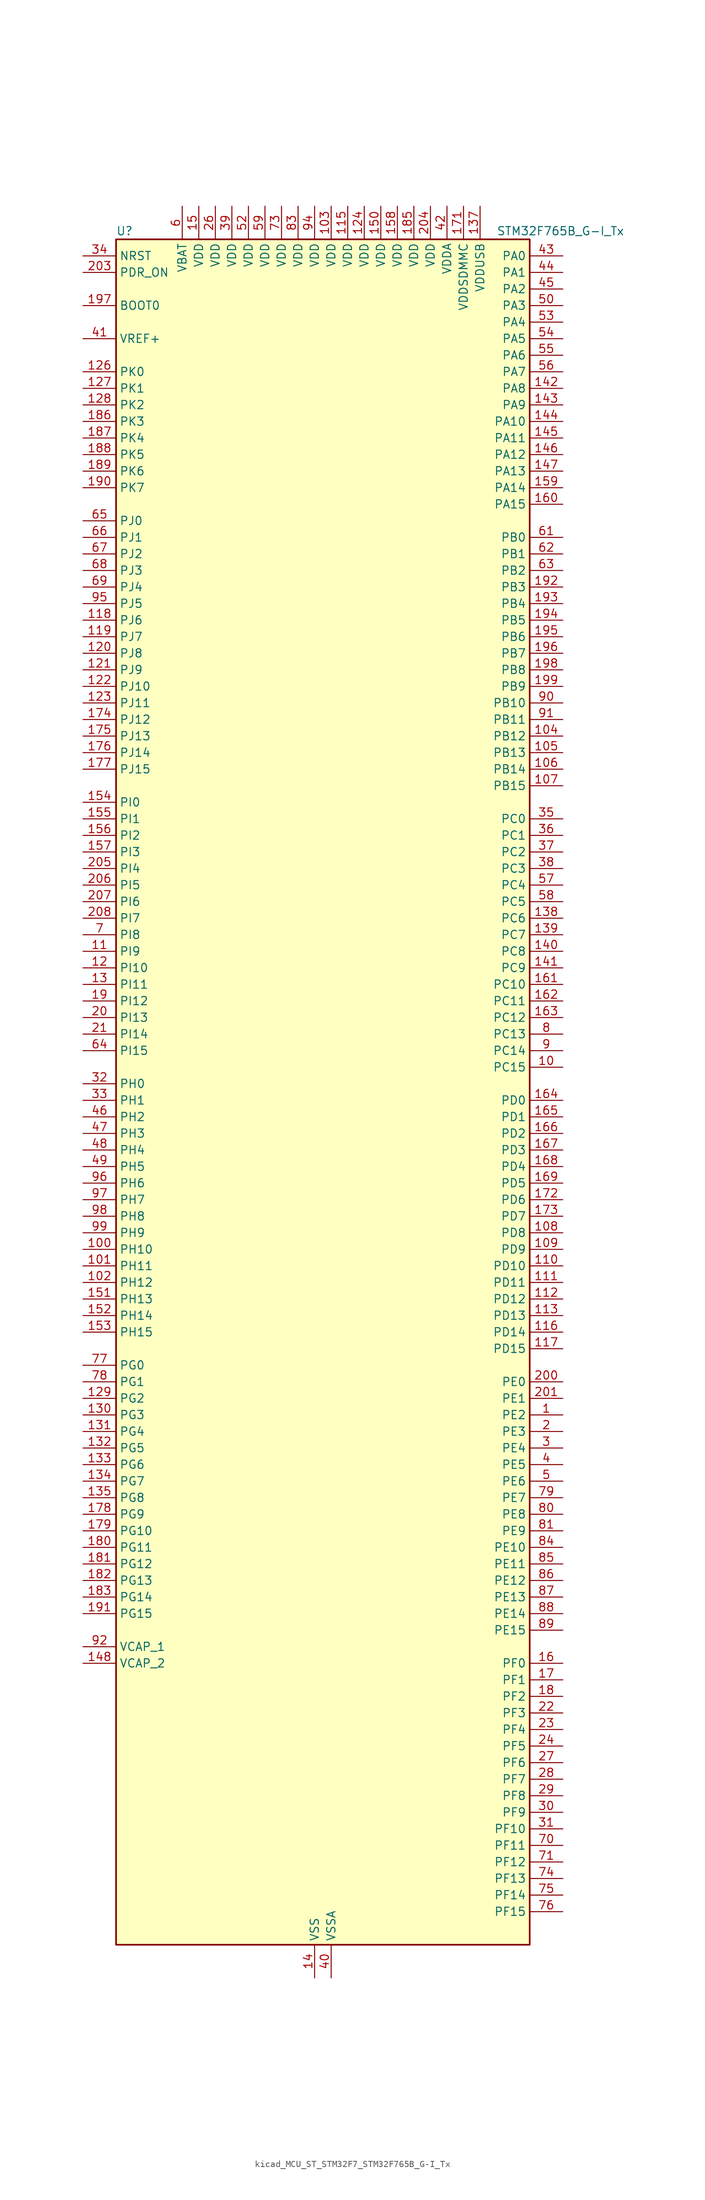
<source format=kicad_sym>
(kicad_symbol_lib
  (version 20220914)
  (generator kicad_symbol_editor)
  (symbol "kicad_MCU_ST_STM32F7_STM32F765B_G-I_Tx"
    (property "Reference" "U"
      (at -30.48 133.35 0)
      (effects (font (size 1.27 1.27)) (justify left)))
    (property "Value" "STM32F765B_G-I_Tx"
      (at 27.94 133.35 0)
      (effects (font (size 1.27 1.27)) (justify left)))
    (property "ki_locked" ""
      (at 0 0 0)
      (effects (font (size 1.27 1.27))))
    (symbol "kicad_MCU_ST_STM32F7_STM32F765B_G-I_Tx_0_1"
      (rectangle (start -30.48 -129.54) (end 33.02 132.08) (stroke (width 0.254) (type default)) (fill (type background))))
    (symbol "kicad_MCU_ST_STM32F7_STM32F765B_G-I_Tx_1_1"
      (pin bidirectional line (at 38.1 -48.26 180) (length 5.08) (name "PE2" (effects (font (size 1.27 1.27)))) (number "1" (effects (font (size 1.27 1.27)))) (alternate "ETH_TXD3" bidirectional line) (alternate "FMC_A23" bidirectional line) (alternate "QUADSPI_BK1_IO2" bidirectional line) (alternate "SAI1_MCLK_A" bidirectional line) (alternate "SPI4_SCK" bidirectional line) (alternate "SYS_TRACECLK" bidirectional line))
      (pin bidirectional line (at 38.1 5.08 180) (length 5.08) (name "PC15" (effects (font (size 1.27 1.27)))) (number "10" (effects (font (size 1.27 1.27)))) (alternate "RCC_OSC32_OUT" bidirectional line))
      (pin bidirectional line (at -35.56 -22.86 0) (length 5.08) (name "PH10" (effects (font (size 1.27 1.27)))) (number "100" (effects (font (size 1.27 1.27)))) (alternate "DCMI_D1" bidirectional line) (alternate "FMC_D18" bidirectional line) (alternate "I2C4_SMBA" bidirectional line) (alternate "TIM5_CH1" bidirectional line))
      (pin bidirectional line (at -35.56 -25.4 0) (length 5.08) (name "PH11" (effects (font (size 1.27 1.27)))) (number "101" (effects (font (size 1.27 1.27)))) (alternate "ADC1_EXTI11" bidirectional line) (alternate "ADC2_EXTI11" bidirectional line) (alternate "ADC3_EXTI11" bidirectional line) (alternate "DCMI_D2" bidirectional line) (alternate "FMC_D19" bidirectional line) (alternate "I2C4_SCL" bidirectional line) (alternate "TIM5_CH2" bidirectional line))
      (pin bidirectional line (at -35.56 -27.94 0) (length 5.08) (name "PH12" (effects (font (size 1.27 1.27)))) (number "102" (effects (font (size 1.27 1.27)))) (alternate "DCMI_D3" bidirectional line) (alternate "FMC_D20" bidirectional line) (alternate "I2C4_SDA" bidirectional line) (alternate "TIM5_CH3" bidirectional line))
      (pin power_in line (at 2.54 137.16 270) (length 5.08) (name "VDD" (effects (font (size 1.27 1.27)))) (number "103" (effects (font (size 1.27 1.27)))))
      (pin bidirectional line (at 38.1 55.88 180) (length 5.08) (name "PB12" (effects (font (size 1.27 1.27)))) (number "104" (effects (font (size 1.27 1.27)))) (alternate "CAN2_RX" bidirectional line) (alternate "DFSDM1_DATIN1" bidirectional line) (alternate "ETH_TXD0" bidirectional line) (alternate "I2C2_SMBA" bidirectional line) (alternate "I2S2_WS" bidirectional line) (alternate "SPI2_NSS" bidirectional line) (alternate "TIM1_BKIN" bidirectional line) (alternate "UART5_RX" bidirectional line) (alternate "USART3_CK" bidirectional line) (alternate "USB_OTG_HS_ID" bidirectional line) (alternate "USB_OTG_HS_ULPI_D5" bidirectional line))
      (pin bidirectional line (at 38.1 53.34 180) (length 5.08) (name "PB13" (effects (font (size 1.27 1.27)))) (number "105" (effects (font (size 1.27 1.27)))) (alternate "CAN2_TX" bidirectional line) (alternate "DFSDM1_CKIN1" bidirectional line) (alternate "ETH_TXD1" bidirectional line) (alternate "I2S2_CK" bidirectional line) (alternate "SPI2_SCK" bidirectional line) (alternate "TIM1_CH1N" bidirectional line) (alternate "UART5_TX" bidirectional line) (alternate "USART3_CTS" bidirectional line) (alternate "USB_OTG_HS_ULPI_D6" bidirectional line) (alternate "USB_OTG_HS_VBUS" bidirectional line))
      (pin bidirectional line (at 38.1 50.8 180) (length 5.08) (name "PB14" (effects (font (size 1.27 1.27)))) (number "106" (effects (font (size 1.27 1.27)))) (alternate "DFSDM1_DATIN2" bidirectional line) (alternate "SDMMC2_D0" bidirectional line) (alternate "SPI2_MISO" bidirectional line) (alternate "TIM12_CH1" bidirectional line) (alternate "TIM1_CH2N" bidirectional line) (alternate "TIM8_CH2N" bidirectional line) (alternate "UART4_DE" bidirectional line) (alternate "UART4_RTS" bidirectional line) (alternate "USART1_TX" bidirectional line) (alternate "USART3_DE" bidirectional line) (alternate "USART3_RTS" bidirectional line) (alternate "USB_OTG_HS_DM" bidirectional line))
      (pin bidirectional line (at 38.1 48.26 180) (length 5.08) (name "PB15" (effects (font (size 1.27 1.27)))) (number "107" (effects (font (size 1.27 1.27)))) (alternate "DFSDM1_CKIN2" bidirectional line) (alternate "I2S2_SD" bidirectional line) (alternate "RTC_REFIN" bidirectional line) (alternate "SDMMC2_D1" bidirectional line) (alternate "SPI2_MOSI" bidirectional line) (alternate "TIM12_CH2" bidirectional line) (alternate "TIM1_CH3N" bidirectional line) (alternate "TIM8_CH3N" bidirectional line) (alternate "UART4_CTS" bidirectional line) (alternate "USART1_RX" bidirectional line) (alternate "USB_OTG_HS_DP" bidirectional line))
      (pin bidirectional line (at 38.1 -20.32 180) (length 5.08) (name "PD8" (effects (font (size 1.27 1.27)))) (number "108" (effects (font (size 1.27 1.27)))) (alternate "DFSDM1_CKIN3" bidirectional line) (alternate "FMC_D13" bidirectional line) (alternate "FMC_DA13" bidirectional line) (alternate "SPDIFRX_IN1" bidirectional line) (alternate "USART3_TX" bidirectional line))
      (pin bidirectional line (at 38.1 -22.86 180) (length 5.08) (name "PD9" (effects (font (size 1.27 1.27)))) (number "109" (effects (font (size 1.27 1.27)))) (alternate "DAC_EXTI9" bidirectional line) (alternate "DFSDM1_DATIN3" bidirectional line) (alternate "FMC_D14" bidirectional line) (alternate "FMC_DA14" bidirectional line) (alternate "USART3_RX" bidirectional line))
      (pin bidirectional line (at -35.56 22.86 0) (length 5.08) (name "PI9" (effects (font (size 1.27 1.27)))) (number "11" (effects (font (size 1.27 1.27)))) (alternate "CAN1_RX" bidirectional line) (alternate "DAC_EXTI9" bidirectional line) (alternate "FMC_D30" bidirectional line) (alternate "UART4_RX" bidirectional line))
      (pin bidirectional line (at 38.1 -25.4 180) (length 5.08) (name "PD10" (effects (font (size 1.27 1.27)))) (number "110" (effects (font (size 1.27 1.27)))) (alternate "DFSDM1_CKOUT" bidirectional line) (alternate "FMC_D15" bidirectional line) (alternate "FMC_DA15" bidirectional line) (alternate "USART3_CK" bidirectional line))
      (pin bidirectional line (at 38.1 -27.94 180) (length 5.08) (name "PD11" (effects (font (size 1.27 1.27)))) (number "111" (effects (font (size 1.27 1.27)))) (alternate "ADC1_EXTI11" bidirectional line) (alternate "ADC2_EXTI11" bidirectional line) (alternate "ADC3_EXTI11" bidirectional line) (alternate "FMC_A16" bidirectional line) (alternate "FMC_CLE" bidirectional line) (alternate "I2C4_SMBA" bidirectional line) (alternate "QUADSPI_BK1_IO0" bidirectional line) (alternate "SAI2_SD_A" bidirectional line) (alternate "USART3_CTS" bidirectional line))
      (pin bidirectional line (at 38.1 -30.48 180) (length 5.08) (name "PD12" (effects (font (size 1.27 1.27)))) (number "112" (effects (font (size 1.27 1.27)))) (alternate "FMC_A17" bidirectional line) (alternate "FMC_ALE" bidirectional line) (alternate "I2C4_SCL" bidirectional line) (alternate "LPTIM1_IN1" bidirectional line) (alternate "QUADSPI_BK1_IO1" bidirectional line) (alternate "SAI2_FS_A" bidirectional line) (alternate "TIM4_CH1" bidirectional line) (alternate "USART3_DE" bidirectional line) (alternate "USART3_RTS" bidirectional line))
      (pin bidirectional line (at 38.1 -33.02 180) (length 5.08) (name "PD13" (effects (font (size 1.27 1.27)))) (number "113" (effects (font (size 1.27 1.27)))) (alternate "FMC_A18" bidirectional line) (alternate "I2C4_SDA" bidirectional line) (alternate "LPTIM1_OUT" bidirectional line) (alternate "QUADSPI_BK1_IO3" bidirectional line) (alternate "SAI2_SCK_A" bidirectional line) (alternate "TIM4_CH2" bidirectional line))
      (pin passive line (at 0 -134.62 90) (length 5.08) hide (name "VSS" (effects (font (size 1.27 1.27)))) (number "114" (effects (font (size 1.27 1.27)))))
      (pin power_in line (at 5.08 137.16 270) (length 5.08) (name "VDD" (effects (font (size 1.27 1.27)))) (number "115" (effects (font (size 1.27 1.27)))))
      (pin bidirectional line (at 38.1 -35.56 180) (length 5.08) (name "PD14" (effects (font (size 1.27 1.27)))) (number "116" (effects (font (size 1.27 1.27)))) (alternate "FMC_D0" bidirectional line) (alternate "FMC_DA0" bidirectional line) (alternate "TIM4_CH3" bidirectional line) (alternate "UART8_CTS" bidirectional line))
      (pin bidirectional line (at 38.1 -38.1 180) (length 5.08) (name "PD15" (effects (font (size 1.27 1.27)))) (number "117" (effects (font (size 1.27 1.27)))) (alternate "FMC_D1" bidirectional line) (alternate "FMC_DA1" bidirectional line) (alternate "TIM4_CH4" bidirectional line) (alternate "UART8_DE" bidirectional line) (alternate "UART8_RTS" bidirectional line))
      (pin bidirectional line (at -35.56 73.66 0) (length 5.08) (name "PJ6" (effects (font (size 1.27 1.27)))) (number "118" (effects (font (size 1.27 1.27)))))
      (pin bidirectional line (at -35.56 71.12 0) (length 5.08) (name "PJ7" (effects (font (size 1.27 1.27)))) (number "119" (effects (font (size 1.27 1.27)))))
      (pin bidirectional line (at -35.56 20.32 0) (length 5.08) (name "PI10" (effects (font (size 1.27 1.27)))) (number "12" (effects (font (size 1.27 1.27)))) (alternate "ETH_RX_ER" bidirectional line) (alternate "FMC_D31" bidirectional line))
      (pin bidirectional line (at -35.56 68.58 0) (length 5.08) (name "PJ8" (effects (font (size 1.27 1.27)))) (number "120" (effects (font (size 1.27 1.27)))))
      (pin bidirectional line (at -35.56 66.04 0) (length 5.08) (name "PJ9" (effects (font (size 1.27 1.27)))) (number "121" (effects (font (size 1.27 1.27)))) (alternate "DAC_EXTI9" bidirectional line))
      (pin bidirectional line (at -35.56 63.5 0) (length 5.08) (name "PJ10" (effects (font (size 1.27 1.27)))) (number "122" (effects (font (size 1.27 1.27)))))
      (pin bidirectional line (at -35.56 60.96 0) (length 5.08) (name "PJ11" (effects (font (size 1.27 1.27)))) (number "123" (effects (font (size 1.27 1.27)))) (alternate "ADC1_EXTI11" bidirectional line) (alternate "ADC2_EXTI11" bidirectional line) (alternate "ADC3_EXTI11" bidirectional line))
      (pin power_in line (at 7.62 137.16 270) (length 5.08) (name "VDD" (effects (font (size 1.27 1.27)))) (number "124" (effects (font (size 1.27 1.27)))))
      (pin passive line (at 0 -134.62 90) (length 5.08) hide (name "VSS" (effects (font (size 1.27 1.27)))) (number "125" (effects (font (size 1.27 1.27)))))
      (pin bidirectional line (at -35.56 111.76 0) (length 5.08) (name "PK0" (effects (font (size 1.27 1.27)))) (number "126" (effects (font (size 1.27 1.27)))))
      (pin bidirectional line (at -35.56 109.22 0) (length 5.08) (name "PK1" (effects (font (size 1.27 1.27)))) (number "127" (effects (font (size 1.27 1.27)))))
      (pin bidirectional line (at -35.56 106.68 0) (length 5.08) (name "PK2" (effects (font (size 1.27 1.27)))) (number "128" (effects (font (size 1.27 1.27)))))
      (pin bidirectional line (at -35.56 -45.72 0) (length 5.08) (name "PG2" (effects (font (size 1.27 1.27)))) (number "129" (effects (font (size 1.27 1.27)))) (alternate "FMC_A12" bidirectional line))
      (pin bidirectional line (at -35.56 17.78 0) (length 5.08) (name "PI11" (effects (font (size 1.27 1.27)))) (number "13" (effects (font (size 1.27 1.27)))) (alternate "ADC1_EXTI11" bidirectional line) (alternate "ADC2_EXTI11" bidirectional line) (alternate "ADC3_EXTI11" bidirectional line) (alternate "SYS_WKUP6" bidirectional line) (alternate "USB_OTG_HS_ULPI_DIR" bidirectional line))
      (pin bidirectional line (at -35.56 -48.26 0) (length 5.08) (name "PG3" (effects (font (size 1.27 1.27)))) (number "130" (effects (font (size 1.27 1.27)))) (alternate "FMC_A13" bidirectional line))
      (pin bidirectional line (at -35.56 -50.8 0) (length 5.08) (name "PG4" (effects (font (size 1.27 1.27)))) (number "131" (effects (font (size 1.27 1.27)))) (alternate "FMC_A14" bidirectional line) (alternate "FMC_BA0" bidirectional line))
      (pin bidirectional line (at -35.56 -53.34 0) (length 5.08) (name "PG5" (effects (font (size 1.27 1.27)))) (number "132" (effects (font (size 1.27 1.27)))) (alternate "FMC_A15" bidirectional line) (alternate "FMC_BA1" bidirectional line))
      (pin bidirectional line (at -35.56 -55.88 0) (length 5.08) (name "PG6" (effects (font (size 1.27 1.27)))) (number "133" (effects (font (size 1.27 1.27)))) (alternate "DCMI_D12" bidirectional line) (alternate "FMC_NE3" bidirectional line))
      (pin bidirectional line (at -35.56 -58.42 0) (length 5.08) (name "PG7" (effects (font (size 1.27 1.27)))) (number "134" (effects (font (size 1.27 1.27)))) (alternate "DCMI_D13" bidirectional line) (alternate "FMC_INT" bidirectional line) (alternate "SAI1_MCLK_A" bidirectional line) (alternate "USART6_CK" bidirectional line))
      (pin bidirectional line (at -35.56 -60.96 0) (length 5.08) (name "PG8" (effects (font (size 1.27 1.27)))) (number "135" (effects (font (size 1.27 1.27)))) (alternate "ETH_PPS_OUT" bidirectional line) (alternate "FMC_SDCLK" bidirectional line) (alternate "SPDIFRX_IN2" bidirectional line) (alternate "SPI6_NSS" bidirectional line) (alternate "USART6_DE" bidirectional line) (alternate "USART6_RTS" bidirectional line))
      (pin passive line (at 0 -134.62 90) (length 5.08) hide (name "VSS" (effects (font (size 1.27 1.27)))) (number "136" (effects (font (size 1.27 1.27)))))
      (pin power_in line (at 25.4 137.16 270) (length 5.08) (name "VDDUSB" (effects (font (size 1.27 1.27)))) (number "137" (effects (font (size 1.27 1.27)))))
      (pin bidirectional line (at 38.1 27.94 180) (length 5.08) (name "PC6" (effects (font (size 1.27 1.27)))) (number "138" (effects (font (size 1.27 1.27)))) (alternate "DCMI_D0" bidirectional line) (alternate "DFSDM1_CKIN3" bidirectional line) (alternate "FMC_NWAIT" bidirectional line) (alternate "I2S2_MCK" bidirectional line) (alternate "SDMMC1_D6" bidirectional line) (alternate "SDMMC2_D6" bidirectional line) (alternate "TIM3_CH1" bidirectional line) (alternate "TIM8_CH1" bidirectional line) (alternate "USART6_TX" bidirectional line))
      (pin bidirectional line (at 38.1 25.4 180) (length 5.08) (name "PC7" (effects (font (size 1.27 1.27)))) (number "139" (effects (font (size 1.27 1.27)))) (alternate "DCMI_D1" bidirectional line) (alternate "DFSDM1_DATIN3" bidirectional line) (alternate "FMC_NE1" bidirectional line) (alternate "I2S3_MCK" bidirectional line) (alternate "SDMMC1_D7" bidirectional line) (alternate "SDMMC2_D7" bidirectional line) (alternate "TIM3_CH2" bidirectional line) (alternate "TIM8_CH2" bidirectional line) (alternate "USART6_RX" bidirectional line))
      (pin power_in line (at 0 -134.62 90) (length 5.08) (name "VSS" (effects (font (size 1.27 1.27)))) (number "14" (effects (font (size 1.27 1.27)))))
      (pin bidirectional line (at 38.1 22.86 180) (length 5.08) (name "PC8" (effects (font (size 1.27 1.27)))) (number "140" (effects (font (size 1.27 1.27)))) (alternate "DCMI_D2" bidirectional line) (alternate "FMC_NCE" bidirectional line) (alternate "FMC_NE2" bidirectional line) (alternate "SDMMC1_D0" bidirectional line) (alternate "SYS_TRACED1" bidirectional line) (alternate "TIM3_CH3" bidirectional line) (alternate "TIM8_CH3" bidirectional line) (alternate "UART5_DE" bidirectional line) (alternate "UART5_RTS" bidirectional line) (alternate "USART6_CK" bidirectional line))
      (pin bidirectional line (at 38.1 20.32 180) (length 5.08) (name "PC9" (effects (font (size 1.27 1.27)))) (number "141" (effects (font (size 1.27 1.27)))) (alternate "DAC_EXTI9" bidirectional line) (alternate "DCMI_D3" bidirectional line) (alternate "I2C3_SDA" bidirectional line) (alternate "I2S_CKIN" bidirectional line) (alternate "QUADSPI_BK1_IO0" bidirectional line) (alternate "RCC_MCO_2" bidirectional line) (alternate "SDMMC1_D1" bidirectional line) (alternate "TIM3_CH4" bidirectional line) (alternate "TIM8_CH4" bidirectional line) (alternate "UART5_CTS" bidirectional line))
      (pin bidirectional line (at 38.1 109.22 180) (length 5.08) (name "PA8" (effects (font (size 1.27 1.27)))) (number "142" (effects (font (size 1.27 1.27)))) (alternate "CAN3_RX" bidirectional line) (alternate "I2C3_SCL" bidirectional line) (alternate "RCC_MCO_1" bidirectional line) (alternate "TIM1_CH1" bidirectional line) (alternate "TIM8_BKIN2" bidirectional line) (alternate "UART7_RX" bidirectional line) (alternate "USART1_CK" bidirectional line) (alternate "USB_OTG_FS_SOF" bidirectional line))
      (pin bidirectional line (at 38.1 106.68 180) (length 5.08) (name "PA9" (effects (font (size 1.27 1.27)))) (number "143" (effects (font (size 1.27 1.27)))) (alternate "DAC_EXTI9" bidirectional line) (alternate "DCMI_D0" bidirectional line) (alternate "I2C3_SMBA" bidirectional line) (alternate "I2S2_CK" bidirectional line) (alternate "SPI2_SCK" bidirectional line) (alternate "TIM1_CH2" bidirectional line) (alternate "USART1_TX" bidirectional line) (alternate "USB_OTG_FS_VBUS" bidirectional line))
      (pin bidirectional line (at 38.1 104.14 180) (length 5.08) (name "PA10" (effects (font (size 1.27 1.27)))) (number "144" (effects (font (size 1.27 1.27)))) (alternate "DCMI_D1" bidirectional line) (alternate "MDIOS_MDIO" bidirectional line) (alternate "TIM1_CH3" bidirectional line) (alternate "USART1_RX" bidirectional line) (alternate "USB_OTG_FS_ID" bidirectional line))
      (pin bidirectional line (at 38.1 101.6 180) (length 5.08) (name "PA11" (effects (font (size 1.27 1.27)))) (number "145" (effects (font (size 1.27 1.27)))) (alternate "ADC1_EXTI11" bidirectional line) (alternate "ADC2_EXTI11" bidirectional line) (alternate "ADC3_EXTI11" bidirectional line) (alternate "CAN1_RX" bidirectional line) (alternate "I2S2_WS" bidirectional line) (alternate "SPI2_NSS" bidirectional line) (alternate "TIM1_CH4" bidirectional line) (alternate "UART4_RX" bidirectional line) (alternate "USART1_CTS" bidirectional line) (alternate "USB_OTG_FS_DM" bidirectional line))
      (pin bidirectional line (at 38.1 99.06 180) (length 5.08) (name "PA12" (effects (font (size 1.27 1.27)))) (number "146" (effects (font (size 1.27 1.27)))) (alternate "CAN1_TX" bidirectional line) (alternate "I2S2_CK" bidirectional line) (alternate "SAI2_FS_B" bidirectional line) (alternate "SPI2_SCK" bidirectional line) (alternate "TIM1_ETR" bidirectional line) (alternate "UART4_TX" bidirectional line) (alternate "USART1_DE" bidirectional line) (alternate "USART1_RTS" bidirectional line) (alternate "USB_OTG_FS_DP" bidirectional line))
      (pin bidirectional line (at 38.1 96.52 180) (length 5.08) (name "PA13" (effects (font (size 1.27 1.27)))) (number "147" (effects (font (size 1.27 1.27)))) (alternate "SYS_JTMS-SWDIO" bidirectional line))
      (pin power_out line (at -35.56 -86.36 0) (length 5.08) (name "VCAP_2" (effects (font (size 1.27 1.27)))) (number "148" (effects (font (size 1.27 1.27)))))
      (pin passive line (at 0 -134.62 90) (length 5.08) hide (name "VSS" (effects (font (size 1.27 1.27)))) (number "149" (effects (font (size 1.27 1.27)))))
      (pin power_in line (at -17.78 137.16 270) (length 5.08) (name "VDD" (effects (font (size 1.27 1.27)))) (number "15" (effects (font (size 1.27 1.27)))))
      (pin power_in line (at 10.16 137.16 270) (length 5.08) (name "VDD" (effects (font (size 1.27 1.27)))) (number "150" (effects (font (size 1.27 1.27)))))
      (pin bidirectional line (at -35.56 -30.48 0) (length 5.08) (name "PH13" (effects (font (size 1.27 1.27)))) (number "151" (effects (font (size 1.27 1.27)))) (alternate "CAN1_TX" bidirectional line) (alternate "FMC_D21" bidirectional line) (alternate "TIM8_CH1N" bidirectional line) (alternate "UART4_TX" bidirectional line))
      (pin bidirectional line (at -35.56 -33.02 0) (length 5.08) (name "PH14" (effects (font (size 1.27 1.27)))) (number "152" (effects (font (size 1.27 1.27)))) (alternate "CAN1_RX" bidirectional line) (alternate "DCMI_D4" bidirectional line) (alternate "FMC_D22" bidirectional line) (alternate "TIM8_CH2N" bidirectional line) (alternate "UART4_RX" bidirectional line))
      (pin bidirectional line (at -35.56 -35.56 0) (length 5.08) (name "PH15" (effects (font (size 1.27 1.27)))) (number "153" (effects (font (size 1.27 1.27)))) (alternate "DCMI_D11" bidirectional line) (alternate "FMC_D23" bidirectional line) (alternate "TIM8_CH3N" bidirectional line))
      (pin bidirectional line (at -35.56 45.72 0) (length 5.08) (name "PI0" (effects (font (size 1.27 1.27)))) (number "154" (effects (font (size 1.27 1.27)))) (alternate "DCMI_D13" bidirectional line) (alternate "FMC_D24" bidirectional line) (alternate "I2S2_WS" bidirectional line) (alternate "SPI2_NSS" bidirectional line) (alternate "TIM5_CH4" bidirectional line))
      (pin bidirectional line (at -35.56 43.18 0) (length 5.08) (name "PI1" (effects (font (size 1.27 1.27)))) (number "155" (effects (font (size 1.27 1.27)))) (alternate "DCMI_D8" bidirectional line) (alternate "FMC_D25" bidirectional line) (alternate "I2S2_CK" bidirectional line) (alternate "SPI2_SCK" bidirectional line) (alternate "TIM8_BKIN2" bidirectional line))
      (pin bidirectional line (at -35.56 40.64 0) (length 5.08) (name "PI2" (effects (font (size 1.27 1.27)))) (number "156" (effects (font (size 1.27 1.27)))) (alternate "DCMI_D9" bidirectional line) (alternate "FMC_D26" bidirectional line) (alternate "SPI2_MISO" bidirectional line) (alternate "TIM8_CH4" bidirectional line))
      (pin bidirectional line (at -35.56 38.1 0) (length 5.08) (name "PI3" (effects (font (size 1.27 1.27)))) (number "157" (effects (font (size 1.27 1.27)))) (alternate "DCMI_D10" bidirectional line) (alternate "FMC_D27" bidirectional line) (alternate "I2S2_SD" bidirectional line) (alternate "SPI2_MOSI" bidirectional line) (alternate "TIM8_ETR" bidirectional line))
      (pin power_in line (at 12.7 137.16 270) (length 5.08) (name "VDD" (effects (font (size 1.27 1.27)))) (number "158" (effects (font (size 1.27 1.27)))))
      (pin bidirectional line (at 38.1 93.98 180) (length 5.08) (name "PA14" (effects (font (size 1.27 1.27)))) (number "159" (effects (font (size 1.27 1.27)))) (alternate "SYS_JTCK-SWCLK" bidirectional line))
      (pin bidirectional line (at 38.1 -86.36 180) (length 5.08) (name "PF0" (effects (font (size 1.27 1.27)))) (number "16" (effects (font (size 1.27 1.27)))) (alternate "FMC_A0" bidirectional line) (alternate "I2C2_SDA" bidirectional line))
      (pin bidirectional line (at 38.1 91.44 180) (length 5.08) (name "PA15" (effects (font (size 1.27 1.27)))) (number "160" (effects (font (size 1.27 1.27)))) (alternate "CAN3_TX" bidirectional line) (alternate "CEC" bidirectional line) (alternate "I2S1_WS" bidirectional line) (alternate "I2S3_WS" bidirectional line) (alternate "SPI1_NSS" bidirectional line) (alternate "SPI3_NSS" bidirectional line) (alternate "SPI6_NSS" bidirectional line) (alternate "SYS_JTDI" bidirectional line) (alternate "TIM2_CH1" bidirectional line) (alternate "TIM2_ETR" bidirectional line) (alternate "UART4_DE" bidirectional line) (alternate "UART4_RTS" bidirectional line) (alternate "UART7_TX" bidirectional line))
      (pin bidirectional line (at 38.1 17.78 180) (length 5.08) (name "PC10" (effects (font (size 1.27 1.27)))) (number "161" (effects (font (size 1.27 1.27)))) (alternate "DCMI_D8" bidirectional line) (alternate "DFSDM1_CKIN5" bidirectional line) (alternate "I2S3_CK" bidirectional line) (alternate "QUADSPI_BK1_IO1" bidirectional line) (alternate "SDMMC1_D2" bidirectional line) (alternate "SPI3_SCK" bidirectional line) (alternate "UART4_TX" bidirectional line) (alternate "USART3_TX" bidirectional line))
      (pin bidirectional line (at 38.1 15.24 180) (length 5.08) (name "PC11" (effects (font (size 1.27 1.27)))) (number "162" (effects (font (size 1.27 1.27)))) (alternate "ADC1_EXTI11" bidirectional line) (alternate "ADC2_EXTI11" bidirectional line) (alternate "ADC3_EXTI11" bidirectional line) (alternate "DCMI_D4" bidirectional line) (alternate "DFSDM1_DATIN5" bidirectional line) (alternate "QUADSPI_BK2_NCS" bidirectional line) (alternate "SDMMC1_D3" bidirectional line) (alternate "SPI3_MISO" bidirectional line) (alternate "UART4_RX" bidirectional line) (alternate "USART3_RX" bidirectional line))
      (pin bidirectional line (at 38.1 12.7 180) (length 5.08) (name "PC12" (effects (font (size 1.27 1.27)))) (number "163" (effects (font (size 1.27 1.27)))) (alternate "DCMI_D9" bidirectional line) (alternate "I2S3_SD" bidirectional line) (alternate "SDMMC1_CK" bidirectional line) (alternate "SPI3_MOSI" bidirectional line) (alternate "SYS_TRACED3" bidirectional line) (alternate "UART5_TX" bidirectional line) (alternate "USART3_CK" bidirectional line))
      (pin bidirectional line (at 38.1 0 180) (length 5.08) (name "PD0" (effects (font (size 1.27 1.27)))) (number "164" (effects (font (size 1.27 1.27)))) (alternate "CAN1_RX" bidirectional line) (alternate "DFSDM1_CKIN6" bidirectional line) (alternate "DFSDM1_DATIN7" bidirectional line) (alternate "FMC_D2" bidirectional line) (alternate "FMC_DA2" bidirectional line) (alternate "UART4_RX" bidirectional line))
      (pin bidirectional line (at 38.1 -2.54 180) (length 5.08) (name "PD1" (effects (font (size 1.27 1.27)))) (number "165" (effects (font (size 1.27 1.27)))) (alternate "CAN1_TX" bidirectional line) (alternate "DFSDM1_CKIN7" bidirectional line) (alternate "DFSDM1_DATIN6" bidirectional line) (alternate "FMC_D3" bidirectional line) (alternate "FMC_DA3" bidirectional line) (alternate "UART4_TX" bidirectional line))
      (pin bidirectional line (at 38.1 -5.08 180) (length 5.08) (name "PD2" (effects (font (size 1.27 1.27)))) (number "166" (effects (font (size 1.27 1.27)))) (alternate "DCMI_D11" bidirectional line) (alternate "SDMMC1_CMD" bidirectional line) (alternate "SYS_TRACED2" bidirectional line) (alternate "TIM3_ETR" bidirectional line) (alternate "UART5_RX" bidirectional line))
      (pin bidirectional line (at 38.1 -7.62 180) (length 5.08) (name "PD3" (effects (font (size 1.27 1.27)))) (number "167" (effects (font (size 1.27 1.27)))) (alternate "DCMI_D5" bidirectional line) (alternate "DFSDM1_CKOUT" bidirectional line) (alternate "DFSDM1_DATIN0" bidirectional line) (alternate "FMC_CLK" bidirectional line) (alternate "I2S2_CK" bidirectional line) (alternate "SPI2_SCK" bidirectional line) (alternate "USART2_CTS" bidirectional line))
      (pin bidirectional line (at 38.1 -10.16 180) (length 5.08) (name "PD4" (effects (font (size 1.27 1.27)))) (number "168" (effects (font (size 1.27 1.27)))) (alternate "DFSDM1_CKIN0" bidirectional line) (alternate "FMC_NOE" bidirectional line) (alternate "USART2_DE" bidirectional line) (alternate "USART2_RTS" bidirectional line))
      (pin bidirectional line (at 38.1 -12.7 180) (length 5.08) (name "PD5" (effects (font (size 1.27 1.27)))) (number "169" (effects (font (size 1.27 1.27)))) (alternate "FMC_NWE" bidirectional line) (alternate "USART2_TX" bidirectional line))
      (pin bidirectional line (at 38.1 -88.9 180) (length 5.08) (name "PF1" (effects (font (size 1.27 1.27)))) (number "17" (effects (font (size 1.27 1.27)))) (alternate "FMC_A1" bidirectional line) (alternate "I2C2_SCL" bidirectional line))
      (pin passive line (at 0 -134.62 90) (length 5.08) hide (name "VSS" (effects (font (size 1.27 1.27)))) (number "170" (effects (font (size 1.27 1.27)))))
      (pin power_in line (at 22.86 137.16 270) (length 5.08) (name "VDDSDMMC" (effects (font (size 1.27 1.27)))) (number "171" (effects (font (size 1.27 1.27)))))
      (pin bidirectional line (at 38.1 -15.24 180) (length 5.08) (name "PD6" (effects (font (size 1.27 1.27)))) (number "172" (effects (font (size 1.27 1.27)))) (alternate "DCMI_D10" bidirectional line) (alternate "DFSDM1_CKIN4" bidirectional line) (alternate "DFSDM1_DATIN1" bidirectional line) (alternate "FMC_NWAIT" bidirectional line) (alternate "I2S3_SD" bidirectional line) (alternate "SAI1_SD_A" bidirectional line) (alternate "SDMMC2_CK" bidirectional line) (alternate "SPI3_MOSI" bidirectional line) (alternate "USART2_RX" bidirectional line))
      (pin bidirectional line (at 38.1 -17.78 180) (length 5.08) (name "PD7" (effects (font (size 1.27 1.27)))) (number "173" (effects (font (size 1.27 1.27)))) (alternate "DFSDM1_CKIN1" bidirectional line) (alternate "DFSDM1_DATIN4" bidirectional line) (alternate "FMC_NE1" bidirectional line) (alternate "I2S1_SD" bidirectional line) (alternate "SDMMC2_CMD" bidirectional line) (alternate "SPDIFRX_IN0" bidirectional line) (alternate "SPI1_MOSI" bidirectional line) (alternate "USART2_CK" bidirectional line))
      (pin bidirectional line (at -35.56 58.42 0) (length 5.08) (name "PJ12" (effects (font (size 1.27 1.27)))) (number "174" (effects (font (size 1.27 1.27)))))
      (pin bidirectional line (at -35.56 55.88 0) (length 5.08) (name "PJ13" (effects (font (size 1.27 1.27)))) (number "175" (effects (font (size 1.27 1.27)))))
      (pin bidirectional line (at -35.56 53.34 0) (length 5.08) (name "PJ14" (effects (font (size 1.27 1.27)))) (number "176" (effects (font (size 1.27 1.27)))))
      (pin bidirectional line (at -35.56 50.8 0) (length 5.08) (name "PJ15" (effects (font (size 1.27 1.27)))) (number "177" (effects (font (size 1.27 1.27)))))
      (pin bidirectional line (at -35.56 -63.5 0) (length 5.08) (name "PG9" (effects (font (size 1.27 1.27)))) (number "178" (effects (font (size 1.27 1.27)))) (alternate "DAC_EXTI9" bidirectional line) (alternate "DCMI_VSYNC" bidirectional line) (alternate "FMC_NCE" bidirectional line) (alternate "FMC_NE2" bidirectional line) (alternate "QUADSPI_BK2_IO2" bidirectional line) (alternate "SAI2_FS_B" bidirectional line) (alternate "SDMMC2_D0" bidirectional line) (alternate "SPDIFRX_IN3" bidirectional line) (alternate "SPI1_MISO" bidirectional line) (alternate "USART6_RX" bidirectional line))
      (pin bidirectional line (at -35.56 -66.04 0) (length 5.08) (name "PG10" (effects (font (size 1.27 1.27)))) (number "179" (effects (font (size 1.27 1.27)))) (alternate "DCMI_D2" bidirectional line) (alternate "FMC_NE3" bidirectional line) (alternate "I2S1_WS" bidirectional line) (alternate "SAI2_SD_B" bidirectional line) (alternate "SDMMC2_D1" bidirectional line) (alternate "SPI1_NSS" bidirectional line))
      (pin bidirectional line (at 38.1 -91.44 180) (length 5.08) (name "PF2" (effects (font (size 1.27 1.27)))) (number "18" (effects (font (size 1.27 1.27)))) (alternate "FMC_A2" bidirectional line) (alternate "I2C2_SMBA" bidirectional line))
      (pin bidirectional line (at -35.56 -68.58 0) (length 5.08) (name "PG11" (effects (font (size 1.27 1.27)))) (number "180" (effects (font (size 1.27 1.27)))) (alternate "ADC1_EXTI11" bidirectional line) (alternate "ADC2_EXTI11" bidirectional line) (alternate "ADC3_EXTI11" bidirectional line) (alternate "DCMI_D3" bidirectional line) (alternate "ETH_TX_EN" bidirectional line) (alternate "I2S1_CK" bidirectional line) (alternate "SDMMC2_D2" bidirectional line) (alternate "SPDIFRX_IN0" bidirectional line) (alternate "SPI1_SCK" bidirectional line))
      (pin bidirectional line (at -35.56 -71.12 0) (length 5.08) (name "PG12" (effects (font (size 1.27 1.27)))) (number "181" (effects (font (size 1.27 1.27)))) (alternate "FMC_NE4" bidirectional line) (alternate "LPTIM1_IN1" bidirectional line) (alternate "SDMMC2_D3" bidirectional line) (alternate "SPDIFRX_IN1" bidirectional line) (alternate "SPI6_MISO" bidirectional line) (alternate "USART6_DE" bidirectional line) (alternate "USART6_RTS" bidirectional line))
      (pin bidirectional line (at -35.56 -73.66 0) (length 5.08) (name "PG13" (effects (font (size 1.27 1.27)))) (number "182" (effects (font (size 1.27 1.27)))) (alternate "ETH_TXD0" bidirectional line) (alternate "FMC_A24" bidirectional line) (alternate "LPTIM1_OUT" bidirectional line) (alternate "SPI6_SCK" bidirectional line) (alternate "SYS_TRACED0" bidirectional line) (alternate "USART6_CTS" bidirectional line))
      (pin bidirectional line (at -35.56 -76.2 0) (length 5.08) (name "PG14" (effects (font (size 1.27 1.27)))) (number "183" (effects (font (size 1.27 1.27)))) (alternate "ETH_TXD1" bidirectional line) (alternate "FMC_A25" bidirectional line) (alternate "LPTIM1_ETR" bidirectional line) (alternate "QUADSPI_BK2_IO3" bidirectional line) (alternate "SPI6_MOSI" bidirectional line) (alternate "SYS_TRACED1" bidirectional line) (alternate "USART6_TX" bidirectional line))
      (pin passive line (at 0 -134.62 90) (length 5.08) hide (name "VSS" (effects (font (size 1.27 1.27)))) (number "184" (effects (font (size 1.27 1.27)))))
      (pin power_in line (at 15.24 137.16 270) (length 5.08) (name "VDD" (effects (font (size 1.27 1.27)))) (number "185" (effects (font (size 1.27 1.27)))))
      (pin bidirectional line (at -35.56 104.14 0) (length 5.08) (name "PK3" (effects (font (size 1.27 1.27)))) (number "186" (effects (font (size 1.27 1.27)))))
      (pin bidirectional line (at -35.56 101.6 0) (length 5.08) (name "PK4" (effects (font (size 1.27 1.27)))) (number "187" (effects (font (size 1.27 1.27)))))
      (pin bidirectional line (at -35.56 99.06 0) (length 5.08) (name "PK5" (effects (font (size 1.27 1.27)))) (number "188" (effects (font (size 1.27 1.27)))))
      (pin bidirectional line (at -35.56 96.52 0) (length 5.08) (name "PK6" (effects (font (size 1.27 1.27)))) (number "189" (effects (font (size 1.27 1.27)))))
      (pin bidirectional line (at -35.56 15.24 0) (length 5.08) (name "PI12" (effects (font (size 1.27 1.27)))) (number "19" (effects (font (size 1.27 1.27)))))
      (pin bidirectional line (at -35.56 93.98 0) (length 5.08) (name "PK7" (effects (font (size 1.27 1.27)))) (number "190" (effects (font (size 1.27 1.27)))))
      (pin bidirectional line (at -35.56 -78.74 0) (length 5.08) (name "PG15" (effects (font (size 1.27 1.27)))) (number "191" (effects (font (size 1.27 1.27)))) (alternate "DCMI_D13" bidirectional line) (alternate "FMC_SDNCAS" bidirectional line) (alternate "USART6_CTS" bidirectional line))
      (pin bidirectional line (at 38.1 78.74 180) (length 5.08) (name "PB3" (effects (font (size 1.27 1.27)))) (number "192" (effects (font (size 1.27 1.27)))) (alternate "CAN3_RX" bidirectional line) (alternate "I2S1_CK" bidirectional line) (alternate "I2S3_CK" bidirectional line) (alternate "SDMMC2_D2" bidirectional line) (alternate "SPI1_SCK" bidirectional line) (alternate "SPI3_SCK" bidirectional line) (alternate "SPI6_SCK" bidirectional line) (alternate "SYS_JTDO-SWO" bidirectional line) (alternate "TIM2_CH2" bidirectional line) (alternate "UART7_RX" bidirectional line))
      (pin bidirectional line (at 38.1 76.2 180) (length 5.08) (name "PB4" (effects (font (size 1.27 1.27)))) (number "193" (effects (font (size 1.27 1.27)))) (alternate "CAN3_TX" bidirectional line) (alternate "I2S2_WS" bidirectional line) (alternate "SDMMC2_D3" bidirectional line) (alternate "SPI1_MISO" bidirectional line) (alternate "SPI2_NSS" bidirectional line) (alternate "SPI3_MISO" bidirectional line) (alternate "SPI6_MISO" bidirectional line) (alternate "SYS_JTRST" bidirectional line) (alternate "TIM3_CH1" bidirectional line) (alternate "UART7_TX" bidirectional line))
      (pin bidirectional line (at 38.1 73.66 180) (length 5.08) (name "PB5" (effects (font (size 1.27 1.27)))) (number "194" (effects (font (size 1.27 1.27)))) (alternate "CAN2_RX" bidirectional line) (alternate "DCMI_D10" bidirectional line) (alternate "ETH_PPS_OUT" bidirectional line) (alternate "FMC_SDCKE1" bidirectional line) (alternate "I2C1_SMBA" bidirectional line) (alternate "I2S1_SD" bidirectional line) (alternate "I2S3_SD" bidirectional line) (alternate "SPI1_MOSI" bidirectional line) (alternate "SPI3_MOSI" bidirectional line) (alternate "SPI6_MOSI" bidirectional line) (alternate "TIM3_CH2" bidirectional line) (alternate "UART5_RX" bidirectional line) (alternate "USB_OTG_HS_ULPI_D7" bidirectional line))
      (pin bidirectional line (at 38.1 71.12 180) (length 5.08) (name "PB6" (effects (font (size 1.27 1.27)))) (number "195" (effects (font (size 1.27 1.27)))) (alternate "CAN2_TX" bidirectional line) (alternate "CEC" bidirectional line) (alternate "DCMI_D5" bidirectional line) (alternate "DFSDM1_DATIN5" bidirectional line) (alternate "FMC_SDNE1" bidirectional line) (alternate "I2C1_SCL" bidirectional line) (alternate "I2C4_SCL" bidirectional line) (alternate "QUADSPI_BK1_NCS" bidirectional line) (alternate "TIM4_CH1" bidirectional line) (alternate "UART5_TX" bidirectional line) (alternate "USART1_TX" bidirectional line))
      (pin bidirectional line (at 38.1 68.58 180) (length 5.08) (name "PB7" (effects (font (size 1.27 1.27)))) (number "196" (effects (font (size 1.27 1.27)))) (alternate "DCMI_VSYNC" bidirectional line) (alternate "DFSDM1_CKIN5" bidirectional line) (alternate "FMC_NL" bidirectional line) (alternate "I2C1_SDA" bidirectional line) (alternate "I2C4_SDA" bidirectional line) (alternate "TIM4_CH2" bidirectional line) (alternate "USART1_RX" bidirectional line))
      (pin input line (at -35.56 121.92 0) (length 5.08) (name "BOOT0" (effects (font (size 1.27 1.27)))) (number "197" (effects (font (size 1.27 1.27)))))
      (pin bidirectional line (at 38.1 66.04 180) (length 5.08) (name "PB8" (effects (font (size 1.27 1.27)))) (number "198" (effects (font (size 1.27 1.27)))) (alternate "CAN1_RX" bidirectional line) (alternate "DCMI_D6" bidirectional line) (alternate "DFSDM1_CKIN7" bidirectional line) (alternate "ETH_TXD3" bidirectional line) (alternate "I2C1_SCL" bidirectional line) (alternate "I2C4_SCL" bidirectional line) (alternate "SDMMC1_D4" bidirectional line) (alternate "SDMMC2_D4" bidirectional line) (alternate "TIM10_CH1" bidirectional line) (alternate "TIM4_CH3" bidirectional line) (alternate "UART5_RX" bidirectional line))
      (pin bidirectional line (at 38.1 63.5 180) (length 5.08) (name "PB9" (effects (font (size 1.27 1.27)))) (number "199" (effects (font (size 1.27 1.27)))) (alternate "CAN1_TX" bidirectional line) (alternate "DAC_EXTI9" bidirectional line) (alternate "DCMI_D7" bidirectional line) (alternate "DFSDM1_DATIN7" bidirectional line) (alternate "I2C1_SDA" bidirectional line) (alternate "I2C4_SDA" bidirectional line) (alternate "I2C4_SMBA" bidirectional line) (alternate "I2S2_WS" bidirectional line) (alternate "SDMMC1_D5" bidirectional line) (alternate "SDMMC2_D5" bidirectional line) (alternate "SPI2_NSS" bidirectional line) (alternate "TIM11_CH1" bidirectional line) (alternate "TIM4_CH4" bidirectional line) (alternate "UART5_TX" bidirectional line))
      (pin bidirectional line (at 38.1 -50.8 180) (length 5.08) (name "PE3" (effects (font (size 1.27 1.27)))) (number "2" (effects (font (size 1.27 1.27)))) (alternate "FMC_A19" bidirectional line) (alternate "SAI1_SD_B" bidirectional line) (alternate "SYS_TRACED0" bidirectional line))
      (pin bidirectional line (at -35.56 12.7 0) (length 5.08) (name "PI13" (effects (font (size 1.27 1.27)))) (number "20" (effects (font (size 1.27 1.27)))))
      (pin bidirectional line (at 38.1 -43.18 180) (length 5.08) (name "PE0" (effects (font (size 1.27 1.27)))) (number "200" (effects (font (size 1.27 1.27)))) (alternate "DCMI_D2" bidirectional line) (alternate "FMC_NBL0" bidirectional line) (alternate "LPTIM1_ETR" bidirectional line) (alternate "SAI2_MCLK_A" bidirectional line) (alternate "TIM4_ETR" bidirectional line) (alternate "UART8_RX" bidirectional line))
      (pin bidirectional line (at 38.1 -45.72 180) (length 5.08) (name "PE1" (effects (font (size 1.27 1.27)))) (number "201" (effects (font (size 1.27 1.27)))) (alternate "DCMI_D3" bidirectional line) (alternate "FMC_NBL1" bidirectional line) (alternate "LPTIM1_IN2" bidirectional line) (alternate "UART8_TX" bidirectional line))
      (pin passive line (at 0 -134.62 90) (length 5.08) hide (name "VSS" (effects (font (size 1.27 1.27)))) (number "202" (effects (font (size 1.27 1.27)))))
      (pin input line (at -35.56 127 0) (length 5.08) (name "PDR_ON" (effects (font (size 1.27 1.27)))) (number "203" (effects (font (size 1.27 1.27)))))
      (pin power_in line (at 17.78 137.16 270) (length 5.08) (name "VDD" (effects (font (size 1.27 1.27)))) (number "204" (effects (font (size 1.27 1.27)))))
      (pin bidirectional line (at -35.56 35.56 0) (length 5.08) (name "PI4" (effects (font (size 1.27 1.27)))) (number "205" (effects (font (size 1.27 1.27)))) (alternate "DCMI_D5" bidirectional line) (alternate "FMC_NBL2" bidirectional line) (alternate "SAI2_MCLK_A" bidirectional line) (alternate "TIM8_BKIN" bidirectional line))
      (pin bidirectional line (at -35.56 33.02 0) (length 5.08) (name "PI5" (effects (font (size 1.27 1.27)))) (number "206" (effects (font (size 1.27 1.27)))) (alternate "DCMI_VSYNC" bidirectional line) (alternate "FMC_NBL3" bidirectional line) (alternate "SAI2_SCK_A" bidirectional line) (alternate "TIM8_CH1" bidirectional line))
      (pin bidirectional line (at -35.56 30.48 0) (length 5.08) (name "PI6" (effects (font (size 1.27 1.27)))) (number "207" (effects (font (size 1.27 1.27)))) (alternate "DCMI_D6" bidirectional line) (alternate "FMC_D28" bidirectional line) (alternate "SAI2_SD_A" bidirectional line) (alternate "TIM8_CH2" bidirectional line))
      (pin bidirectional line (at -35.56 27.94 0) (length 5.08) (name "PI7" (effects (font (size 1.27 1.27)))) (number "208" (effects (font (size 1.27 1.27)))) (alternate "DCMI_D7" bidirectional line) (alternate "FMC_D29" bidirectional line) (alternate "SAI2_FS_A" bidirectional line) (alternate "TIM8_CH3" bidirectional line))
      (pin bidirectional line (at -35.56 10.16 0) (length 5.08) (name "PI14" (effects (font (size 1.27 1.27)))) (number "21" (effects (font (size 1.27 1.27)))))
      (pin bidirectional line (at 38.1 -93.98 180) (length 5.08) (name "PF3" (effects (font (size 1.27 1.27)))) (number "22" (effects (font (size 1.27 1.27)))) (alternate "ADC3_IN9" bidirectional line) (alternate "FMC_A3" bidirectional line))
      (pin bidirectional line (at 38.1 -96.52 180) (length 5.08) (name "PF4" (effects (font (size 1.27 1.27)))) (number "23" (effects (font (size 1.27 1.27)))) (alternate "ADC3_IN14" bidirectional line) (alternate "FMC_A4" bidirectional line))
      (pin bidirectional line (at 38.1 -99.06 180) (length 5.08) (name "PF5" (effects (font (size 1.27 1.27)))) (number "24" (effects (font (size 1.27 1.27)))) (alternate "ADC3_IN15" bidirectional line) (alternate "FMC_A5" bidirectional line))
      (pin passive line (at 0 -134.62 90) (length 5.08) hide (name "VSS" (effects (font (size 1.27 1.27)))) (number "25" (effects (font (size 1.27 1.27)))))
      (pin power_in line (at -15.24 137.16 270) (length 5.08) (name "VDD" (effects (font (size 1.27 1.27)))) (number "26" (effects (font (size 1.27 1.27)))))
      (pin bidirectional line (at 38.1 -101.6 180) (length 5.08) (name "PF6" (effects (font (size 1.27 1.27)))) (number "27" (effects (font (size 1.27 1.27)))) (alternate "ADC3_IN4" bidirectional line) (alternate "QUADSPI_BK1_IO3" bidirectional line) (alternate "SAI1_SD_B" bidirectional line) (alternate "SPI5_NSS" bidirectional line) (alternate "TIM10_CH1" bidirectional line) (alternate "UART7_RX" bidirectional line))
      (pin bidirectional line (at 38.1 -104.14 180) (length 5.08) (name "PF7" (effects (font (size 1.27 1.27)))) (number "28" (effects (font (size 1.27 1.27)))) (alternate "ADC3_IN5" bidirectional line) (alternate "QUADSPI_BK1_IO2" bidirectional line) (alternate "SAI1_MCLK_B" bidirectional line) (alternate "SPI5_SCK" bidirectional line) (alternate "TIM11_CH1" bidirectional line) (alternate "UART7_TX" bidirectional line))
      (pin bidirectional line (at 38.1 -106.68 180) (length 5.08) (name "PF8" (effects (font (size 1.27 1.27)))) (number "29" (effects (font (size 1.27 1.27)))) (alternate "ADC3_IN6" bidirectional line) (alternate "QUADSPI_BK1_IO0" bidirectional line) (alternate "SAI1_SCK_B" bidirectional line) (alternate "SPI5_MISO" bidirectional line) (alternate "TIM13_CH1" bidirectional line) (alternate "UART7_DE" bidirectional line) (alternate "UART7_RTS" bidirectional line))
      (pin bidirectional line (at 38.1 -53.34 180) (length 5.08) (name "PE4" (effects (font (size 1.27 1.27)))) (number "3" (effects (font (size 1.27 1.27)))) (alternate "DCMI_D4" bidirectional line) (alternate "DFSDM1_DATIN3" bidirectional line) (alternate "FMC_A20" bidirectional line) (alternate "SAI1_FS_A" bidirectional line) (alternate "SPI4_NSS" bidirectional line) (alternate "SYS_TRACED1" bidirectional line))
      (pin bidirectional line (at 38.1 -109.22 180) (length 5.08) (name "PF9" (effects (font (size 1.27 1.27)))) (number "30" (effects (font (size 1.27 1.27)))) (alternate "ADC3_IN7" bidirectional line) (alternate "DAC_EXTI9" bidirectional line) (alternate "QUADSPI_BK1_IO1" bidirectional line) (alternate "SAI1_FS_B" bidirectional line) (alternate "SPI5_MOSI" bidirectional line) (alternate "TIM14_CH1" bidirectional line) (alternate "UART7_CTS" bidirectional line))
      (pin bidirectional line (at 38.1 -111.76 180) (length 5.08) (name "PF10" (effects (font (size 1.27 1.27)))) (number "31" (effects (font (size 1.27 1.27)))) (alternate "ADC3_IN8" bidirectional line) (alternate "DCMI_D11" bidirectional line) (alternate "QUADSPI_CLK" bidirectional line))
      (pin bidirectional line (at -35.56 2.54 0) (length 5.08) (name "PH0" (effects (font (size 1.27 1.27)))) (number "32" (effects (font (size 1.27 1.27)))) (alternate "RCC_OSC_IN" bidirectional line))
      (pin bidirectional line (at -35.56 0 0) (length 5.08) (name "PH1" (effects (font (size 1.27 1.27)))) (number "33" (effects (font (size 1.27 1.27)))) (alternate "RCC_OSC_OUT" bidirectional line))
      (pin input line (at -35.56 129.54 0) (length 5.08) (name "NRST" (effects (font (size 1.27 1.27)))) (number "34" (effects (font (size 1.27 1.27)))))
      (pin bidirectional line (at 38.1 43.18 180) (length 5.08) (name "PC0" (effects (font (size 1.27 1.27)))) (number "35" (effects (font (size 1.27 1.27)))) (alternate "ADC1_IN10" bidirectional line) (alternate "ADC2_IN10" bidirectional line) (alternate "ADC3_IN10" bidirectional line) (alternate "DFSDM1_CKIN0" bidirectional line) (alternate "DFSDM1_DATIN4" bidirectional line) (alternate "FMC_SDNWE" bidirectional line) (alternate "SAI2_FS_B" bidirectional line) (alternate "USB_OTG_HS_ULPI_STP" bidirectional line))
      (pin bidirectional line (at 38.1 40.64 180) (length 5.08) (name "PC1" (effects (font (size 1.27 1.27)))) (number "36" (effects (font (size 1.27 1.27)))) (alternate "ADC1_IN11" bidirectional line) (alternate "ADC2_IN11" bidirectional line) (alternate "ADC3_IN11" bidirectional line) (alternate "DFSDM1_CKIN4" bidirectional line) (alternate "DFSDM1_DATIN0" bidirectional line) (alternate "ETH_MDC" bidirectional line) (alternate "I2S2_SD" bidirectional line) (alternate "MDIOS_MDC" bidirectional line) (alternate "RTC_TAMP3" bidirectional line) (alternate "RTC_TS" bidirectional line) (alternate "SAI1_SD_A" bidirectional line) (alternate "SPI2_MOSI" bidirectional line) (alternate "SYS_TRACED0" bidirectional line) (alternate "SYS_WKUP3" bidirectional line))
      (pin bidirectional line (at 38.1 38.1 180) (length 5.08) (name "PC2" (effects (font (size 1.27 1.27)))) (number "37" (effects (font (size 1.27 1.27)))) (alternate "ADC1_IN12" bidirectional line) (alternate "ADC2_IN12" bidirectional line) (alternate "ADC3_IN12" bidirectional line) (alternate "DFSDM1_CKIN1" bidirectional line) (alternate "DFSDM1_CKOUT" bidirectional line) (alternate "ETH_TXD2" bidirectional line) (alternate "FMC_SDNE0" bidirectional line) (alternate "SPI2_MISO" bidirectional line) (alternate "USB_OTG_HS_ULPI_DIR" bidirectional line))
      (pin bidirectional line (at 38.1 35.56 180) (length 5.08) (name "PC3" (effects (font (size 1.27 1.27)))) (number "38" (effects (font (size 1.27 1.27)))) (alternate "ADC1_IN13" bidirectional line) (alternate "ADC2_IN13" bidirectional line) (alternate "ADC3_IN13" bidirectional line) (alternate "DFSDM1_DATIN1" bidirectional line) (alternate "ETH_TX_CLK" bidirectional line) (alternate "FMC_SDCKE0" bidirectional line) (alternate "I2S2_SD" bidirectional line) (alternate "SPI2_MOSI" bidirectional line) (alternate "USB_OTG_HS_ULPI_NXT" bidirectional line))
      (pin power_in line (at -12.7 137.16 270) (length 5.08) (name "VDD" (effects (font (size 1.27 1.27)))) (number "39" (effects (font (size 1.27 1.27)))))
      (pin bidirectional line (at 38.1 -55.88 180) (length 5.08) (name "PE5" (effects (font (size 1.27 1.27)))) (number "4" (effects (font (size 1.27 1.27)))) (alternate "DCMI_D6" bidirectional line) (alternate "DFSDM1_CKIN3" bidirectional line) (alternate "FMC_A21" bidirectional line) (alternate "SAI1_SCK_A" bidirectional line) (alternate "SPI4_MISO" bidirectional line) (alternate "SYS_TRACED2" bidirectional line) (alternate "TIM9_CH1" bidirectional line))
      (pin power_in line (at 2.54 -134.62 90) (length 5.08) (name "VSSA" (effects (font (size 1.27 1.27)))) (number "40" (effects (font (size 1.27 1.27)))))
      (pin input line (at -35.56 116.84 0) (length 5.08) (name "VREF+" (effects (font (size 1.27 1.27)))) (number "41" (effects (font (size 1.27 1.27)))))
      (pin power_in line (at 20.32 137.16 270) (length 5.08) (name "VDDA" (effects (font (size 1.27 1.27)))) (number "42" (effects (font (size 1.27 1.27)))))
      (pin bidirectional line (at 38.1 129.54 180) (length 5.08) (name "PA0" (effects (font (size 1.27 1.27)))) (number "43" (effects (font (size 1.27 1.27)))) (alternate "ADC1_IN0" bidirectional line) (alternate "ADC2_IN0" bidirectional line) (alternate "ADC3_IN0" bidirectional line) (alternate "ETH_CRS" bidirectional line) (alternate "SAI2_SD_B" bidirectional line) (alternate "SYS_WKUP1" bidirectional line) (alternate "TIM2_CH1" bidirectional line) (alternate "TIM2_ETR" bidirectional line) (alternate "TIM5_CH1" bidirectional line) (alternate "TIM8_ETR" bidirectional line) (alternate "UART4_TX" bidirectional line) (alternate "USART2_CTS" bidirectional line))
      (pin bidirectional line (at 38.1 127 180) (length 5.08) (name "PA1" (effects (font (size 1.27 1.27)))) (number "44" (effects (font (size 1.27 1.27)))) (alternate "ADC1_IN1" bidirectional line) (alternate "ADC2_IN1" bidirectional line) (alternate "ADC3_IN1" bidirectional line) (alternate "ETH_REF_CLK" bidirectional line) (alternate "ETH_RX_CLK" bidirectional line) (alternate "QUADSPI_BK1_IO3" bidirectional line) (alternate "SAI2_MCLK_B" bidirectional line) (alternate "TIM2_CH2" bidirectional line) (alternate "TIM5_CH2" bidirectional line) (alternate "UART4_RX" bidirectional line) (alternate "USART2_DE" bidirectional line) (alternate "USART2_RTS" bidirectional line))
      (pin bidirectional line (at 38.1 124.46 180) (length 5.08) (name "PA2" (effects (font (size 1.27 1.27)))) (number "45" (effects (font (size 1.27 1.27)))) (alternate "ADC1_IN2" bidirectional line) (alternate "ADC2_IN2" bidirectional line) (alternate "ADC3_IN2" bidirectional line) (alternate "ETH_MDIO" bidirectional line) (alternate "MDIOS_MDIO" bidirectional line) (alternate "SAI2_SCK_B" bidirectional line) (alternate "SYS_WKUP2" bidirectional line) (alternate "TIM2_CH3" bidirectional line) (alternate "TIM5_CH3" bidirectional line) (alternate "TIM9_CH1" bidirectional line) (alternate "USART2_TX" bidirectional line))
      (pin bidirectional line (at -35.56 -2.54 0) (length 5.08) (name "PH2" (effects (font (size 1.27 1.27)))) (number "46" (effects (font (size 1.27 1.27)))) (alternate "ETH_CRS" bidirectional line) (alternate "FMC_SDCKE0" bidirectional line) (alternate "LPTIM1_IN2" bidirectional line) (alternate "QUADSPI_BK2_IO0" bidirectional line) (alternate "SAI2_SCK_B" bidirectional line))
      (pin bidirectional line (at -35.56 -5.08 0) (length 5.08) (name "PH3" (effects (font (size 1.27 1.27)))) (number "47" (effects (font (size 1.27 1.27)))) (alternate "ETH_COL" bidirectional line) (alternate "FMC_SDNE0" bidirectional line) (alternate "QUADSPI_BK2_IO1" bidirectional line) (alternate "SAI2_MCLK_B" bidirectional line))
      (pin bidirectional line (at -35.56 -7.62 0) (length 5.08) (name "PH4" (effects (font (size 1.27 1.27)))) (number "48" (effects (font (size 1.27 1.27)))) (alternate "I2C2_SCL" bidirectional line) (alternate "USB_OTG_HS_ULPI_NXT" bidirectional line))
      (pin bidirectional line (at -35.56 -10.16 0) (length 5.08) (name "PH5" (effects (font (size 1.27 1.27)))) (number "49" (effects (font (size 1.27 1.27)))) (alternate "FMC_SDNWE" bidirectional line) (alternate "I2C2_SDA" bidirectional line) (alternate "SPI5_NSS" bidirectional line))
      (pin bidirectional line (at 38.1 -58.42 180) (length 5.08) (name "PE6" (effects (font (size 1.27 1.27)))) (number "5" (effects (font (size 1.27 1.27)))) (alternate "DCMI_D7" bidirectional line) (alternate "FMC_A22" bidirectional line) (alternate "SAI1_SD_A" bidirectional line) (alternate "SAI2_MCLK_B" bidirectional line) (alternate "SPI4_MOSI" bidirectional line) (alternate "SYS_TRACED3" bidirectional line) (alternate "TIM1_BKIN2" bidirectional line) (alternate "TIM9_CH2" bidirectional line))
      (pin bidirectional line (at 38.1 121.92 180) (length 5.08) (name "PA3" (effects (font (size 1.27 1.27)))) (number "50" (effects (font (size 1.27 1.27)))) (alternate "ADC1_IN3" bidirectional line) (alternate "ADC2_IN3" bidirectional line) (alternate "ADC3_IN3" bidirectional line) (alternate "ETH_COL" bidirectional line) (alternate "TIM2_CH4" bidirectional line) (alternate "TIM5_CH4" bidirectional line) (alternate "TIM9_CH2" bidirectional line) (alternate "USART2_RX" bidirectional line) (alternate "USB_OTG_HS_ULPI_D0" bidirectional line))
      (pin passive line (at 0 -134.62 90) (length 5.08) hide (name "VSS" (effects (font (size 1.27 1.27)))) (number "51" (effects (font (size 1.27 1.27)))))
      (pin power_in line (at -10.16 137.16 270) (length 5.08) (name "VDD" (effects (font (size 1.27 1.27)))) (number "52" (effects (font (size 1.27 1.27)))))
      (pin bidirectional line (at 38.1 119.38 180) (length 5.08) (name "PA4" (effects (font (size 1.27 1.27)))) (number "53" (effects (font (size 1.27 1.27)))) (alternate "ADC1_IN4" bidirectional line) (alternate "ADC2_IN4" bidirectional line) (alternate "DAC_OUT1" bidirectional line) (alternate "DCMI_HSYNC" bidirectional line) (alternate "I2S1_WS" bidirectional line) (alternate "I2S3_WS" bidirectional line) (alternate "SPI1_NSS" bidirectional line) (alternate "SPI3_NSS" bidirectional line) (alternate "SPI6_NSS" bidirectional line) (alternate "USART2_CK" bidirectional line) (alternate "USB_OTG_HS_SOF" bidirectional line))
      (pin bidirectional line (at 38.1 116.84 180) (length 5.08) (name "PA5" (effects (font (size 1.27 1.27)))) (number "54" (effects (font (size 1.27 1.27)))) (alternate "ADC1_IN5" bidirectional line) (alternate "ADC2_IN5" bidirectional line) (alternate "DAC_OUT2" bidirectional line) (alternate "I2S1_CK" bidirectional line) (alternate "SPI1_SCK" bidirectional line) (alternate "SPI6_SCK" bidirectional line) (alternate "TIM2_CH1" bidirectional line) (alternate "TIM2_ETR" bidirectional line) (alternate "TIM8_CH1N" bidirectional line) (alternate "USB_OTG_HS_ULPI_CK" bidirectional line))
      (pin bidirectional line (at 38.1 114.3 180) (length 5.08) (name "PA6" (effects (font (size 1.27 1.27)))) (number "55" (effects (font (size 1.27 1.27)))) (alternate "ADC1_IN6" bidirectional line) (alternate "ADC2_IN6" bidirectional line) (alternate "DCMI_PIXCLK" bidirectional line) (alternate "MDIOS_MDC" bidirectional line) (alternate "SPI1_MISO" bidirectional line) (alternate "SPI6_MISO" bidirectional line) (alternate "TIM13_CH1" bidirectional line) (alternate "TIM1_BKIN" bidirectional line) (alternate "TIM3_CH1" bidirectional line) (alternate "TIM8_BKIN" bidirectional line))
      (pin bidirectional line (at 38.1 111.76 180) (length 5.08) (name "PA7" (effects (font (size 1.27 1.27)))) (number "56" (effects (font (size 1.27 1.27)))) (alternate "ADC1_IN7" bidirectional line) (alternate "ADC2_IN7" bidirectional line) (alternate "ETH_CRS_DV" bidirectional line) (alternate "ETH_RX_DV" bidirectional line) (alternate "FMC_SDNWE" bidirectional line) (alternate "I2S1_SD" bidirectional line) (alternate "SPI1_MOSI" bidirectional line) (alternate "SPI6_MOSI" bidirectional line) (alternate "TIM14_CH1" bidirectional line) (alternate "TIM1_CH1N" bidirectional line) (alternate "TIM3_CH2" bidirectional line) (alternate "TIM8_CH1N" bidirectional line))
      (pin bidirectional line (at 38.1 33.02 180) (length 5.08) (name "PC4" (effects (font (size 1.27 1.27)))) (number "57" (effects (font (size 1.27 1.27)))) (alternate "ADC1_IN14" bidirectional line) (alternate "ADC2_IN14" bidirectional line) (alternate "DFSDM1_CKIN2" bidirectional line) (alternate "ETH_RXD0" bidirectional line) (alternate "FMC_SDNE0" bidirectional line) (alternate "I2S1_MCK" bidirectional line) (alternate "SPDIFRX_IN2" bidirectional line))
      (pin bidirectional line (at 38.1 30.48 180) (length 5.08) (name "PC5" (effects (font (size 1.27 1.27)))) (number "58" (effects (font (size 1.27 1.27)))) (alternate "ADC1_IN15" bidirectional line) (alternate "ADC2_IN15" bidirectional line) (alternate "DFSDM1_DATIN2" bidirectional line) (alternate "ETH_RXD1" bidirectional line) (alternate "FMC_SDCKE0" bidirectional line) (alternate "SPDIFRX_IN3" bidirectional line))
      (pin power_in line (at -7.62 137.16 270) (length 5.08) (name "VDD" (effects (font (size 1.27 1.27)))) (number "59" (effects (font (size 1.27 1.27)))))
      (pin power_in line (at -20.32 137.16 270) (length 5.08) (name "VBAT" (effects (font (size 1.27 1.27)))) (number "6" (effects (font (size 1.27 1.27)))))
      (pin passive line (at 0 -134.62 90) (length 5.08) hide (name "VSS" (effects (font (size 1.27 1.27)))) (number "60" (effects (font (size 1.27 1.27)))))
      (pin bidirectional line (at 38.1 86.36 180) (length 5.08) (name "PB0" (effects (font (size 1.27 1.27)))) (number "61" (effects (font (size 1.27 1.27)))) (alternate "ADC1_IN8" bidirectional line) (alternate "ADC2_IN8" bidirectional line) (alternate "DFSDM1_CKOUT" bidirectional line) (alternate "ETH_RXD2" bidirectional line) (alternate "TIM1_CH2N" bidirectional line) (alternate "TIM3_CH3" bidirectional line) (alternate "TIM8_CH2N" bidirectional line) (alternate "UART4_CTS" bidirectional line) (alternate "USB_OTG_HS_ULPI_D1" bidirectional line))
      (pin bidirectional line (at 38.1 83.82 180) (length 5.08) (name "PB1" (effects (font (size 1.27 1.27)))) (number "62" (effects (font (size 1.27 1.27)))) (alternate "ADC1_IN9" bidirectional line) (alternate "ADC2_IN9" bidirectional line) (alternate "DFSDM1_DATIN1" bidirectional line) (alternate "ETH_RXD3" bidirectional line) (alternate "TIM1_CH3N" bidirectional line) (alternate "TIM3_CH4" bidirectional line) (alternate "TIM8_CH3N" bidirectional line) (alternate "USB_OTG_HS_ULPI_D2" bidirectional line))
      (pin bidirectional line (at 38.1 81.28 180) (length 5.08) (name "PB2" (effects (font (size 1.27 1.27)))) (number "63" (effects (font (size 1.27 1.27)))) (alternate "DFSDM1_CKIN1" bidirectional line) (alternate "I2S3_SD" bidirectional line) (alternate "QUADSPI_CLK" bidirectional line) (alternate "SAI1_SD_A" bidirectional line) (alternate "SPI3_MOSI" bidirectional line))
      (pin bidirectional line (at -35.56 7.62 0) (length 5.08) (name "PI15" (effects (font (size 1.27 1.27)))) (number "64" (effects (font (size 1.27 1.27)))))
      (pin bidirectional line (at -35.56 88.9 0) (length 5.08) (name "PJ0" (effects (font (size 1.27 1.27)))) (number "65" (effects (font (size 1.27 1.27)))))
      (pin bidirectional line (at -35.56 86.36 0) (length 5.08) (name "PJ1" (effects (font (size 1.27 1.27)))) (number "66" (effects (font (size 1.27 1.27)))))
      (pin bidirectional line (at -35.56 83.82 0) (length 5.08) (name "PJ2" (effects (font (size 1.27 1.27)))) (number "67" (effects (font (size 1.27 1.27)))))
      (pin bidirectional line (at -35.56 81.28 0) (length 5.08) (name "PJ3" (effects (font (size 1.27 1.27)))) (number "68" (effects (font (size 1.27 1.27)))))
      (pin bidirectional line (at -35.56 78.74 0) (length 5.08) (name "PJ4" (effects (font (size 1.27 1.27)))) (number "69" (effects (font (size 1.27 1.27)))))
      (pin bidirectional line (at -35.56 25.4 0) (length 5.08) (name "PI8" (effects (font (size 1.27 1.27)))) (number "7" (effects (font (size 1.27 1.27)))) (alternate "RTC_TAMP2" bidirectional line) (alternate "RTC_TS" bidirectional line) (alternate "SYS_WKUP5" bidirectional line))
      (pin bidirectional line (at 38.1 -114.3 180) (length 5.08) (name "PF11" (effects (font (size 1.27 1.27)))) (number "70" (effects (font (size 1.27 1.27)))) (alternate "ADC1_EXTI11" bidirectional line) (alternate "ADC2_EXTI11" bidirectional line) (alternate "ADC3_EXTI11" bidirectional line) (alternate "DCMI_D12" bidirectional line) (alternate "FMC_SDNRAS" bidirectional line) (alternate "SAI2_SD_B" bidirectional line) (alternate "SPI5_MOSI" bidirectional line))
      (pin bidirectional line (at 38.1 -116.84 180) (length 5.08) (name "PF12" (effects (font (size 1.27 1.27)))) (number "71" (effects (font (size 1.27 1.27)))) (alternate "FMC_A6" bidirectional line))
      (pin passive line (at 0 -134.62 90) (length 5.08) hide (name "VSS" (effects (font (size 1.27 1.27)))) (number "72" (effects (font (size 1.27 1.27)))))
      (pin power_in line (at -5.08 137.16 270) (length 5.08) (name "VDD" (effects (font (size 1.27 1.27)))) (number "73" (effects (font (size 1.27 1.27)))))
      (pin bidirectional line (at 38.1 -119.38 180) (length 5.08) (name "PF13" (effects (font (size 1.27 1.27)))) (number "74" (effects (font (size 1.27 1.27)))) (alternate "DFSDM1_DATIN6" bidirectional line) (alternate "FMC_A7" bidirectional line) (alternate "I2C4_SMBA" bidirectional line))
      (pin bidirectional line (at 38.1 -121.92 180) (length 5.08) (name "PF14" (effects (font (size 1.27 1.27)))) (number "75" (effects (font (size 1.27 1.27)))) (alternate "DFSDM1_CKIN6" bidirectional line) (alternate "FMC_A8" bidirectional line) (alternate "I2C4_SCL" bidirectional line))
      (pin bidirectional line (at 38.1 -124.46 180) (length 5.08) (name "PF15" (effects (font (size 1.27 1.27)))) (number "76" (effects (font (size 1.27 1.27)))) (alternate "FMC_A9" bidirectional line) (alternate "I2C4_SDA" bidirectional line))
      (pin bidirectional line (at -35.56 -40.64 0) (length 5.08) (name "PG0" (effects (font (size 1.27 1.27)))) (number "77" (effects (font (size 1.27 1.27)))) (alternate "FMC_A10" bidirectional line))
      (pin bidirectional line (at -35.56 -43.18 0) (length 5.08) (name "PG1" (effects (font (size 1.27 1.27)))) (number "78" (effects (font (size 1.27 1.27)))) (alternate "FMC_A11" bidirectional line))
      (pin bidirectional line (at 38.1 -60.96 180) (length 5.08) (name "PE7" (effects (font (size 1.27 1.27)))) (number "79" (effects (font (size 1.27 1.27)))) (alternate "DFSDM1_DATIN2" bidirectional line) (alternate "FMC_D4" bidirectional line) (alternate "FMC_DA4" bidirectional line) (alternate "QUADSPI_BK2_IO0" bidirectional line) (alternate "TIM1_ETR" bidirectional line) (alternate "UART7_RX" bidirectional line))
      (pin bidirectional line (at 38.1 10.16 180) (length 5.08) (name "PC13" (effects (font (size 1.27 1.27)))) (number "8" (effects (font (size 1.27 1.27)))) (alternate "RTC_OUT" bidirectional line) (alternate "RTC_TAMP1" bidirectional line) (alternate "RTC_TS" bidirectional line) (alternate "SYS_WKUP4" bidirectional line))
      (pin bidirectional line (at 38.1 -63.5 180) (length 5.08) (name "PE8" (effects (font (size 1.27 1.27)))) (number "80" (effects (font (size 1.27 1.27)))) (alternate "DFSDM1_CKIN2" bidirectional line) (alternate "FMC_D5" bidirectional line) (alternate "FMC_DA5" bidirectional line) (alternate "QUADSPI_BK2_IO1" bidirectional line) (alternate "TIM1_CH1N" bidirectional line) (alternate "UART7_TX" bidirectional line))
      (pin bidirectional line (at 38.1 -66.04 180) (length 5.08) (name "PE9" (effects (font (size 1.27 1.27)))) (number "81" (effects (font (size 1.27 1.27)))) (alternate "DAC_EXTI9" bidirectional line) (alternate "DFSDM1_CKOUT" bidirectional line) (alternate "FMC_D6" bidirectional line) (alternate "FMC_DA6" bidirectional line) (alternate "QUADSPI_BK2_IO2" bidirectional line) (alternate "TIM1_CH1" bidirectional line) (alternate "UART7_DE" bidirectional line) (alternate "UART7_RTS" bidirectional line))
      (pin passive line (at 0 -134.62 90) (length 5.08) hide (name "VSS" (effects (font (size 1.27 1.27)))) (number "82" (effects (font (size 1.27 1.27)))))
      (pin power_in line (at -2.54 137.16 270) (length 5.08) (name "VDD" (effects (font (size 1.27 1.27)))) (number "83" (effects (font (size 1.27 1.27)))))
      (pin bidirectional line (at 38.1 -68.58 180) (length 5.08) (name "PE10" (effects (font (size 1.27 1.27)))) (number "84" (effects (font (size 1.27 1.27)))) (alternate "DFSDM1_DATIN4" bidirectional line) (alternate "FMC_D7" bidirectional line) (alternate "FMC_DA7" bidirectional line) (alternate "QUADSPI_BK2_IO3" bidirectional line) (alternate "TIM1_CH2N" bidirectional line) (alternate "UART7_CTS" bidirectional line))
      (pin bidirectional line (at 38.1 -71.12 180) (length 5.08) (name "PE11" (effects (font (size 1.27 1.27)))) (number "85" (effects (font (size 1.27 1.27)))) (alternate "ADC1_EXTI11" bidirectional line) (alternate "ADC2_EXTI11" bidirectional line) (alternate "ADC3_EXTI11" bidirectional line) (alternate "DFSDM1_CKIN4" bidirectional line) (alternate "FMC_D8" bidirectional line) (alternate "FMC_DA8" bidirectional line) (alternate "SAI2_SD_B" bidirectional line) (alternate "SPI4_NSS" bidirectional line) (alternate "TIM1_CH2" bidirectional line))
      (pin bidirectional line (at 38.1 -73.66 180) (length 5.08) (name "PE12" (effects (font (size 1.27 1.27)))) (number "86" (effects (font (size 1.27 1.27)))) (alternate "DFSDM1_DATIN5" bidirectional line) (alternate "FMC_D9" bidirectional line) (alternate "FMC_DA9" bidirectional line) (alternate "SAI2_SCK_B" bidirectional line) (alternate "SPI4_SCK" bidirectional line) (alternate "TIM1_CH3N" bidirectional line))
      (pin bidirectional line (at 38.1 -76.2 180) (length 5.08) (name "PE13" (effects (font (size 1.27 1.27)))) (number "87" (effects (font (size 1.27 1.27)))) (alternate "DFSDM1_CKIN5" bidirectional line) (alternate "FMC_D10" bidirectional line) (alternate "FMC_DA10" bidirectional line) (alternate "SAI2_FS_B" bidirectional line) (alternate "SPI4_MISO" bidirectional line) (alternate "TIM1_CH3" bidirectional line))
      (pin bidirectional line (at 38.1 -78.74 180) (length 5.08) (name "PE14" (effects (font (size 1.27 1.27)))) (number "88" (effects (font (size 1.27 1.27)))) (alternate "FMC_D11" bidirectional line) (alternate "FMC_DA11" bidirectional line) (alternate "SAI2_MCLK_B" bidirectional line) (alternate "SPI4_MOSI" bidirectional line) (alternate "TIM1_CH4" bidirectional line))
      (pin bidirectional line (at 38.1 -81.28 180) (length 5.08) (name "PE15" (effects (font (size 1.27 1.27)))) (number "89" (effects (font (size 1.27 1.27)))) (alternate "FMC_D12" bidirectional line) (alternate "FMC_DA12" bidirectional line) (alternate "TIM1_BKIN" bidirectional line))
      (pin bidirectional line (at 38.1 7.62 180) (length 5.08) (name "PC14" (effects (font (size 1.27 1.27)))) (number "9" (effects (font (size 1.27 1.27)))) (alternate "RCC_OSC32_IN" bidirectional line))
      (pin bidirectional line (at 38.1 60.96 180) (length 5.08) (name "PB10" (effects (font (size 1.27 1.27)))) (number "90" (effects (font (size 1.27 1.27)))) (alternate "DFSDM1_DATIN7" bidirectional line) (alternate "ETH_RX_ER" bidirectional line) (alternate "I2C2_SCL" bidirectional line) (alternate "I2S2_CK" bidirectional line) (alternate "QUADSPI_BK1_NCS" bidirectional line) (alternate "SPI2_SCK" bidirectional line) (alternate "TIM2_CH3" bidirectional line) (alternate "USART3_TX" bidirectional line) (alternate "USB_OTG_HS_ULPI_D3" bidirectional line))
      (pin bidirectional line (at 38.1 58.42 180) (length 5.08) (name "PB11" (effects (font (size 1.27 1.27)))) (number "91" (effects (font (size 1.27 1.27)))) (alternate "ADC1_EXTI11" bidirectional line) (alternate "ADC2_EXTI11" bidirectional line) (alternate "ADC3_EXTI11" bidirectional line) (alternate "DFSDM1_CKIN7" bidirectional line) (alternate "ETH_TX_EN" bidirectional line) (alternate "I2C2_SDA" bidirectional line) (alternate "TIM2_CH4" bidirectional line) (alternate "USART3_RX" bidirectional line) (alternate "USB_OTG_HS_ULPI_D4" bidirectional line))
      (pin power_out line (at -35.56 -83.82 0) (length 5.08) (name "VCAP_1" (effects (font (size 1.27 1.27)))) (number "92" (effects (font (size 1.27 1.27)))))
      (pin passive line (at 0 -134.62 90) (length 5.08) hide (name "VSS" (effects (font (size 1.27 1.27)))) (number "93" (effects (font (size 1.27 1.27)))))
      (pin power_in line (at 0 137.16 270) (length 5.08) (name "VDD" (effects (font (size 1.27 1.27)))) (number "94" (effects (font (size 1.27 1.27)))))
      (pin bidirectional line (at -35.56 76.2 0) (length 5.08) (name "PJ5" (effects (font (size 1.27 1.27)))) (number "95" (effects (font (size 1.27 1.27)))))
      (pin bidirectional line (at -35.56 -12.7 0) (length 5.08) (name "PH6" (effects (font (size 1.27 1.27)))) (number "96" (effects (font (size 1.27 1.27)))) (alternate "DCMI_D8" bidirectional line) (alternate "ETH_RXD2" bidirectional line) (alternate "FMC_SDNE1" bidirectional line) (alternate "I2C2_SMBA" bidirectional line) (alternate "SPI5_SCK" bidirectional line) (alternate "TIM12_CH1" bidirectional line))
      (pin bidirectional line (at -35.56 -15.24 0) (length 5.08) (name "PH7" (effects (font (size 1.27 1.27)))) (number "97" (effects (font (size 1.27 1.27)))) (alternate "DCMI_D9" bidirectional line) (alternate "ETH_RXD3" bidirectional line) (alternate "FMC_SDCKE1" bidirectional line) (alternate "I2C3_SCL" bidirectional line) (alternate "SPI5_MISO" bidirectional line))
      (pin bidirectional line (at -35.56 -17.78 0) (length 5.08) (name "PH8" (effects (font (size 1.27 1.27)))) (number "98" (effects (font (size 1.27 1.27)))) (alternate "DCMI_HSYNC" bidirectional line) (alternate "FMC_D16" bidirectional line) (alternate "I2C3_SDA" bidirectional line))
      (pin bidirectional line (at -35.56 -20.32 0) (length 5.08) (name "PH9" (effects (font (size 1.27 1.27)))) (number "99" (effects (font (size 1.27 1.27)))) (alternate "DAC_EXTI9" bidirectional line) (alternate "DCMI_D0" bidirectional line) (alternate "FMC_D17" bidirectional line) (alternate "I2C3_SMBA" bidirectional line) (alternate "TIM12_CH2" bidirectional line)))))
</source>
